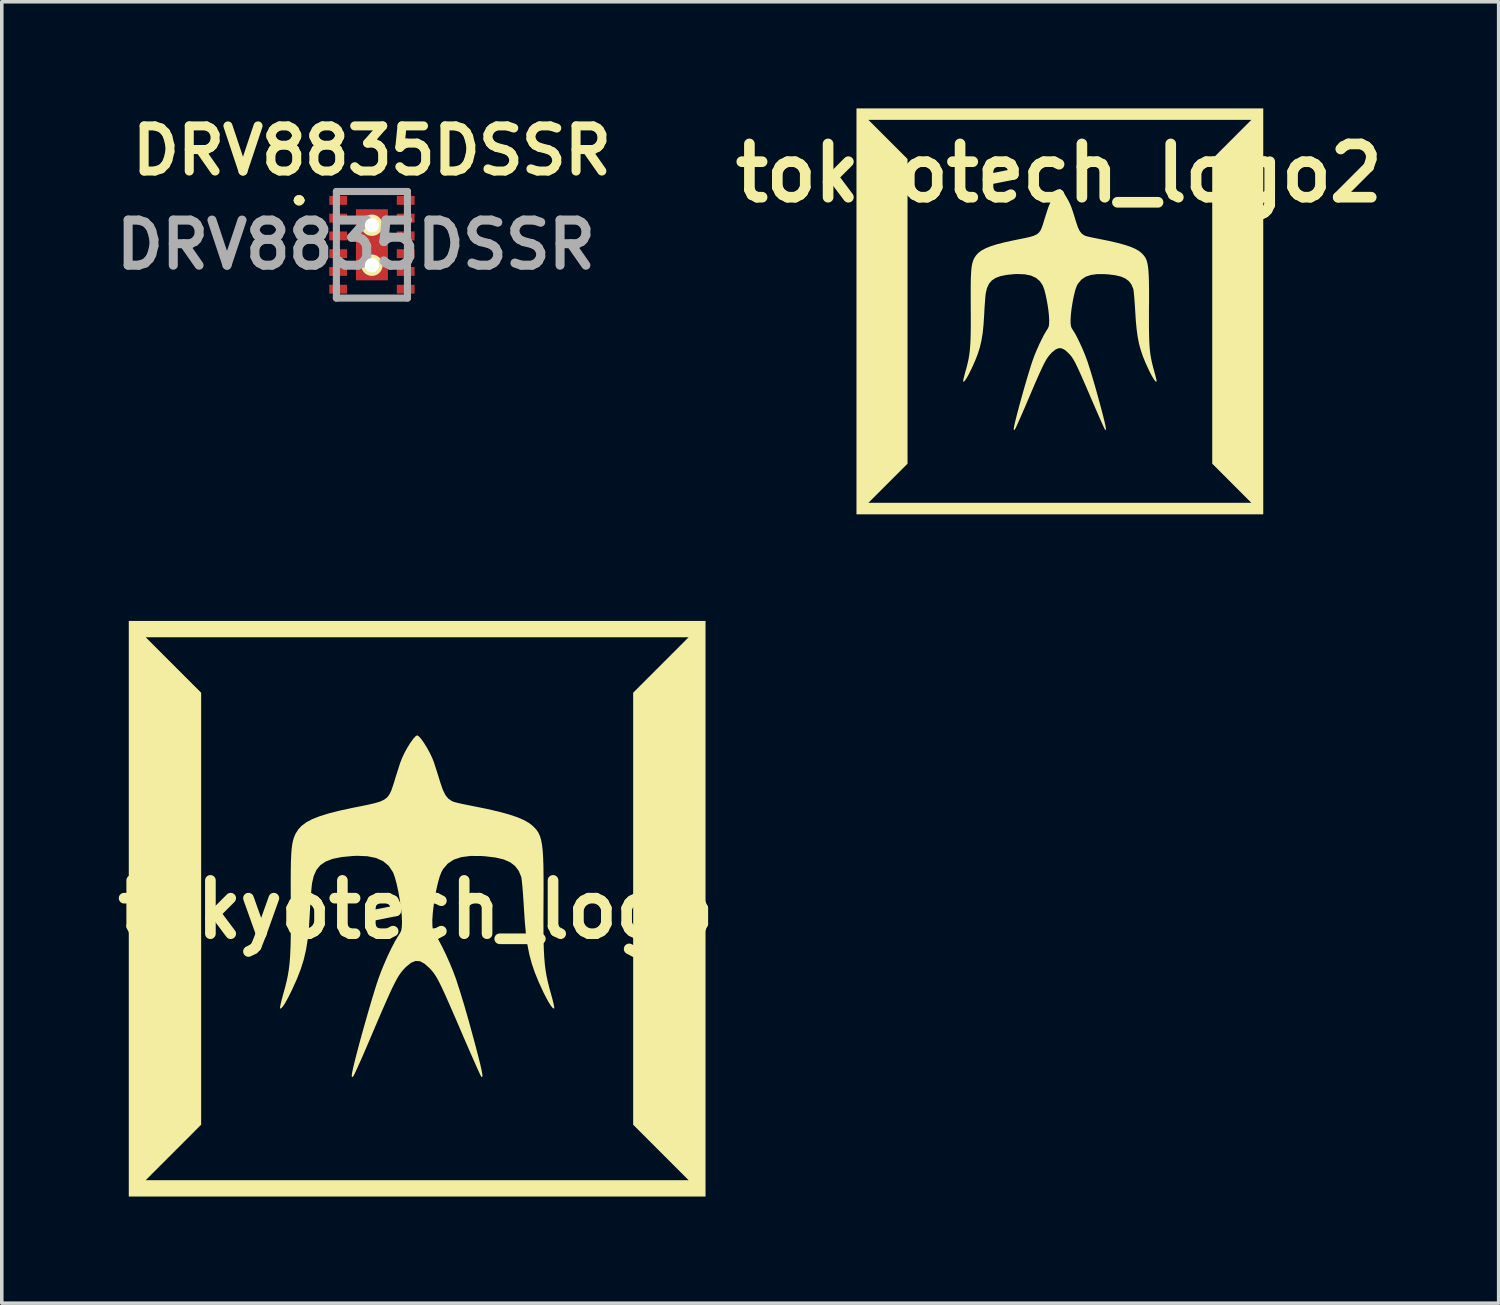
<source format=kicad_pcb>
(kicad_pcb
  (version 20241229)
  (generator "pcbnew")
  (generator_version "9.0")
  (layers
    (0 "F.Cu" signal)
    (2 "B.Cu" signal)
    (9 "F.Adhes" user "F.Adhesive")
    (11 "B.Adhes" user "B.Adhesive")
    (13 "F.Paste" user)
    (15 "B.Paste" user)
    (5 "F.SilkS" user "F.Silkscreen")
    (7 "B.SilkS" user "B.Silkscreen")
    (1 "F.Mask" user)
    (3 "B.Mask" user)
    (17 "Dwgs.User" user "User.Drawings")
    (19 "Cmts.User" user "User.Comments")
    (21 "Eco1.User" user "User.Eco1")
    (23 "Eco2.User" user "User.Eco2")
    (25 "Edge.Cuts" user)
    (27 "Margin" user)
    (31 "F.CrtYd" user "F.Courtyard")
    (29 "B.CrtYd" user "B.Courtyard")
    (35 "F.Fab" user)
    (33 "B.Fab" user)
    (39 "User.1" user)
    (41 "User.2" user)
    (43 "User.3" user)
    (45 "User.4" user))
  (footprint "DRV8835DSSR"
    (layer "F.Cu")
    (at 7.417 3.839)
    (property "Reference" "DRV8835DSSR" (at 0 -2.65 0) (layer "F.SilkS") (effects (font (size 1.27 1.27) (thickness 0.254))))
    (attr smd)
    (fp_line (start -2.1 -1.25) (end -2.1 -1.25) (stroke (width 0.2) (type solid)) (layer "F.SilkS"))
    (fp_line (start -2 -1.25) (end -2 -1.25) (stroke (width 0.2) (type solid)) (layer "F.SilkS"))
    (fp_line (start -2 -1.25) (end -2 -1.25) (stroke (width 0.2) (type solid)) (layer "F.SilkS"))
    (fp_arc (start -2.1 -1.25) (mid -2.05 -1.3) (end -2 -1.25) (stroke (width 0.2) (type solid)) (layer "F.SilkS"))
    (fp_arc (start -2.1 -1.25) (mid -2.05 -1.3) (end -2 -1.25) (stroke (width 0.2) (type solid)) (layer "F.SilkS"))
    (fp_arc (start -2 -1.25) (mid -2.05 -1.2) (end -2.1 -1.25) (stroke (width 0.2) (type solid)) (layer "F.SilkS"))
    (fp_line (start -1 -1.5) (end -1 1.5) (stroke (width 0.2) (type solid)) (layer "F.Fab"))
    (fp_line (start -1 1.5) (end 1 1.5) (stroke (width 0.2) (type solid)) (layer "F.Fab"))
    (fp_line (start 1 -1.5) (end -1 -1.5) (stroke (width 0.2) (type solid)) (layer "F.Fab"))
    (fp_line (start 1 1.5) (end 1 -1.5) (stroke (width 0.2) (type solid)) (layer "F.Fab"))
    (fp_text user "${REFERENCE}" (at -0.45 0 0) (layer "F.Fab") (effects (font (size 1.27 1.27) (thickness 0.254))))
    (pad "1" smd rect (at -0.95 -1.25 90) (size 0.25 0.5) (layers "F.Cu" "F.Mask" "F.Paste"))
    (pad "2" smd rect (at -0.95 -0.75 90) (size 0.25 0.5) (layers "F.Cu" "F.Mask" "F.Paste"))
    (pad "3" smd rect (at -0.95 -0.25 90) (size 0.25 0.5) (layers "F.Cu" "F.Mask" "F.Paste"))
    (pad "4" smd rect (at -0.95 0.25 90) (size 0.25 0.5) (layers "F.Cu" "F.Mask" "F.Paste"))
    (pad "5" smd rect (at -0.95 0.75 90) (size 0.25 0.5) (layers "F.Cu" "F.Mask" "F.Paste"))
    (pad "6" smd rect (at -0.95 1.25 90) (size 0.25 0.5) (layers "F.Cu" "F.Mask" "F.Paste"))
    (pad "7" smd rect (at 0.95 1.25 90) (size 0.25 0.5) (layers "F.Cu" "F.Mask" "F.Paste"))
    (pad "8" smd rect (at 0.95 0.75 90) (size 0.25 0.5) (layers "F.Cu" "F.Mask" "F.Paste"))
    (pad "9" smd rect (at 0.95 0.25 90) (size 0.25 0.5) (layers "F.Cu" "F.Mask" "F.Paste"))
    (pad "10" smd rect (at 0.95 -0.25 90) (size 0.25 0.5) (layers "F.Cu" "F.Mask" "F.Paste"))
    (pad "11" smd rect (at 0.95 -0.75 90) (size 0.25 0.5) (layers "F.Cu" "F.Mask" "F.Paste"))
    (pad "12" smd rect (at 0.95 -1.25 90) (size 0.25 0.5) (layers "F.Cu" "F.Mask" "F.Paste"))
    (pad "13" thru_hole circle (at 0 -0.55) (size 0.6 0.6) (drill 0.4) (layers "*.Cu" "*.Mask" "F.SilkS"))
    (pad "13" smd rect (at 0 0) (size 0.9 2) (layers "F.Cu" "F.Mask" "F.Paste"))
    (pad "13" thru_hole circle (at 0 0.575) (size 0.6 0.6) (drill 0.4) (layers "*.Cu" "*.Mask" "F.SilkS")))
  (footprint "tokyotech_logo"
    (layer "F.Cu")
    (at 8.657 22.574)
    (property "Reference" "tokyotech_logo" (at 0 -0.025 0) (layer "F.SilkS") (effects (font (size 1.5 1.5) (thickness 0.3))))
    (attr board_only exclude_from_pos_files exclude_from_bom)
    (fp_poly (pts (xy 8.149 -0.049) (xy 8.149 8.05) (xy 0.033 8.05) (xy -8.083 8.05) (xy -8.083 7.59) (xy -7.606 7.59) (xy 0.033 7.59) (xy 7.672 7.59) (xy 6.892 6.81) (xy 6.112 6.029) (xy 6.112 -0.049) (xy 6.112 -6.128) (xy 6.892 -6.908) (xy 7.672 -7.689) (xy 0.033 -7.689) (xy -7.606 -7.689) (xy -6.826 -6.908) (xy -6.046 -6.128) (xy -6.046 -0.049) (xy -6.046 6.029) (xy -6.826 6.81) (xy -7.606 7.59) (xy -8.083 7.59) (xy -8.083 -0.049) (xy -8.083 -8.149) (xy 0.033 -8.149) (xy 8.149 -8.149)) (stroke (width 0) (type solid)) (fill yes) (layer "F.SilkS"))
    (fp_poly (pts (xy 0.08 -4.901) (xy 0.147 -4.826) (xy 0.226 -4.715) (xy 0.309 -4.581) (xy 0.388 -4.436) (xy 0.457 -4.293) (xy 0.504 -4.173) (xy 0.551 -4.028) (xy 0.608 -3.85) (xy 0.664 -3.669) (xy 0.686 -3.597) (xy 0.755 -3.398) (xy 0.825 -3.253) (xy 0.905 -3.152) (xy 1.002 -3.084) (xy 1.059 -3.059) (xy 1.124 -3.04) (xy 1.239 -3.013) (xy 1.388 -2.981) (xy 1.555 -2.948) (xy 1.585 -2.942) (xy 1.986 -2.861) (xy 2.327 -2.782) (xy 2.612 -2.705) (xy 2.846 -2.627) (xy 3.034 -2.546) (xy 3.181 -2.462) (xy 3.265 -2.398) (xy 3.337 -2.331) (xy 3.397 -2.262) (xy 3.448 -2.185) (xy 3.489 -2.094) (xy 3.522 -1.984) (xy 3.547 -1.849) (xy 3.566 -1.682) (xy 3.579 -1.479) (xy 3.587 -1.233) (xy 3.59 -0.938) (xy 3.591 -0.589) (xy 3.589 -0.197) (xy 3.587 0.205) (xy 3.588 0.55) (xy 3.591 0.845) (xy 3.598 1.098) (xy 3.61 1.317) (xy 3.626 1.511) (xy 3.648 1.686) (xy 3.676 1.851) (xy 3.712 2.014) (xy 3.754 2.184) (xy 3.8 2.346) (xy 3.841 2.497) (xy 3.872 2.624) (xy 3.89 2.715) (xy 3.892 2.756) (xy 3.892 2.757) (xy 3.856 2.751) (xy 3.8 2.687) (xy 3.726 2.569) (xy 3.636 2.401) (xy 3.578 2.284) (xy 3.449 2.002) (xy 3.343 1.742) (xy 3.258 1.492) (xy 3.19 1.238) (xy 3.137 0.969) (xy 3.096 0.671) (xy 3.064 0.332) (xy 3.039 -0.049) (xy 3.025 -0.277) (xy 3.01 -0.488) (xy 2.995 -0.671) (xy 2.981 -0.817) (xy 2.968 -0.915) (xy 2.962 -0.946) (xy 2.891 -1.115) (xy 2.789 -1.251) (xy 2.651 -1.357) (xy 2.47 -1.436) (xy 2.239 -1.491) (xy 1.953 -1.525) (xy 1.84 -1.533) (xy 1.531 -1.535) (xy 1.273 -1.501) (xy 1.062 -1.43) (xy 0.894 -1.319) (xy 0.764 -1.167) (xy 0.716 -1.081) (xy 0.669 -0.961) (xy 0.62 -0.79) (xy 0.573 -0.585) (xy 0.531 -0.361) (xy 0.496 -0.134) (xy 0.472 0.08) (xy 0.46 0.267) (xy 0.46 0.305) (xy 0.463 0.442) (xy 0.474 0.536) (xy 0.5 0.61) (xy 0.546 0.688) (xy 0.561 0.711) (xy 0.643 0.844) (xy 0.739 1.025) (xy 0.841 1.236) (xy 0.943 1.462) (xy 1.037 1.689) (xy 1.116 1.899) (xy 1.13 1.939) (xy 1.239 2.276) (xy 1.358 2.666) (xy 1.486 3.112) (xy 1.625 3.619) (xy 1.69 3.862) (xy 1.76 4.133) (xy 1.813 4.345) (xy 1.848 4.503) (xy 1.867 4.61) (xy 1.871 4.671) (xy 1.859 4.69) (xy 1.838 4.677) (xy 1.817 4.64) (xy 1.774 4.549) (xy 1.711 4.411) (xy 1.632 4.233) (xy 1.539 4.023) (xy 1.436 3.786) (xy 1.325 3.53) (xy 1.311 3.496) (xy 1.156 3.135) (xy 1.023 2.829) (xy 0.911 2.574) (xy 0.817 2.362) (xy 0.737 2.189) (xy 0.669 2.049) (xy 0.611 1.938) (xy 0.559 1.848) (xy 0.511 1.776) (xy 0.464 1.715) (xy 0.416 1.66) (xy 0.384 1.626) (xy 0.239 1.496) (xy 0.111 1.428) (xy -0.012 1.42) (xy -0.138 1.472) (xy -0.278 1.585) (xy -0.319 1.627) (xy -0.372 1.684) (xy -0.423 1.748) (xy -0.475 1.822) (xy -0.53 1.913) (xy -0.591 2.027) (xy -0.661 2.167) (xy -0.742 2.34) (xy -0.836 2.551) (xy -0.948 2.806) (xy -1.079 3.109) (xy -1.231 3.467) (xy -1.266 3.549) (xy -1.373 3.799) (xy -1.473 4.031) (xy -1.564 4.238) (xy -1.642 4.412) (xy -1.703 4.546) (xy -1.745 4.633) (xy -1.764 4.665) (xy -1.796 4.691) (xy -1.807 4.663) (xy -1.807 4.633) (xy -1.798 4.566) (xy -1.772 4.444) (xy -1.732 4.276) (xy -1.68 4.07) (xy -1.618 3.834) (xy -1.549 3.578) (xy -1.474 3.308) (xy -1.396 3.034) (xy -1.318 2.764) (xy -1.242 2.506) (xy -1.17 2.268) (xy -1.104 2.059) (xy -1.064 1.939) (xy -0.989 1.734) (xy -0.897 1.509) (xy -0.797 1.281) (xy -0.694 1.066) (xy -0.596 0.878) (xy -0.511 0.733) (xy -0.496 0.711) (xy -0.443 0.628) (xy -0.413 0.555) (xy -0.399 0.468) (xy -0.394 0.345) (xy -0.394 0.305) (xy -0.402 0.127) (xy -0.424 -0.082) (xy -0.457 -0.307) (xy -0.497 -0.533) (xy -0.543 -0.744) (xy -0.591 -0.924) (xy -0.639 -1.058) (xy -0.65 -1.081) (xy -0.767 -1.256) (xy -0.924 -1.387) (xy -1.123 -1.477) (xy -1.369 -1.527) (xy -1.664 -1.539) (xy -1.784 -1.533) (xy -2.092 -1.504) (xy -2.341 -1.454) (xy -2.538 -1.379) (xy -2.69 -1.277) (xy -2.801 -1.142) (xy -2.878 -0.971) (xy -2.925 -0.767) (xy -2.936 -0.674) (xy -2.949 -0.53) (xy -2.962 -0.347) (xy -2.976 -0.14) (xy -2.988 0.078) (xy -2.989 0.099) (xy -3.013 0.481) (xy -3.047 0.813) (xy -3.095 1.109) (xy -3.159 1.384) (xy -3.244 1.654) (xy -3.353 1.932) (xy -3.49 2.235) (xy -3.498 2.251) (xy -3.601 2.459) (xy -3.688 2.615) (xy -3.757 2.716) (xy -3.806 2.76) (xy -3.826 2.757) (xy -3.825 2.719) (xy -3.808 2.632) (xy -3.778 2.507) (xy -3.737 2.357) (xy -3.734 2.346) (xy -3.684 2.165) (xy -3.642 1.997) (xy -3.607 1.834) (xy -3.58 1.668) (xy -3.558 1.491) (xy -3.543 1.295) (xy -3.532 1.072) (xy -3.525 0.815) (xy -3.522 0.515) (xy -3.522 0.164) (xy -3.523 -0.197) (xy -3.525 -0.582) (xy -3.525 -0.908) (xy -3.523 -1.181) (xy -3.518 -1.406) (xy -3.51 -1.591) (xy -3.498 -1.742) (xy -3.482 -1.864) (xy -3.461 -1.965) (xy -3.436 -2.05) (xy -3.405 -2.126) (xy -3.385 -2.167) (xy -3.311 -2.285) (xy -3.212 -2.389) (xy -3.083 -2.484) (xy -2.918 -2.571) (xy -2.712 -2.652) (xy -2.46 -2.731) (xy -2.155 -2.808) (xy -1.792 -2.887) (xy -1.61 -2.923) (xy -1.355 -2.975) (xy -1.156 -3.021) (xy -1.004 -3.067) (xy -0.891 -3.121) (xy -0.807 -3.187) (xy -0.743 -3.272) (xy -0.692 -3.382) (xy -0.644 -3.522) (xy -0.62 -3.597) (xy -0.567 -3.77) (xy -0.509 -3.953) (xy -0.457 -4.116) (xy -0.438 -4.173) (xy -0.386 -4.304) (xy -0.317 -4.448) (xy -0.237 -4.592) (xy -0.154 -4.724) (xy -0.076 -4.833) (xy -0.01 -4.905) (xy 0.033 -4.929)) (stroke (width 0) (type solid)) (fill yes) (layer "F.SilkS")))
  (footprint "tokyotech_logo2"
    (layer "F.Cu")
    (at 26.755 5.747)
    (property "Reference" "tokyotech_logo2" (at 0 -3.925 0) (layer "F.SilkS") (effects (font (size 1.5 1.5) (thickness 0.3))))
    (attr board_only exclude_from_pos_files exclude_from_bom)
    (fp_poly (pts (xy 5.747 -0.035) (xy 5.747 5.678) (xy 0.023 5.678) (xy -5.701 5.678) (xy -5.701 5.353) (xy -5.365 5.353) (xy 0.023 5.353) (xy 5.411 5.353) (xy 4.861 4.803) (xy 4.311 4.252) (xy 4.311 -0.035) (xy 4.311 -4.322) (xy 4.861 -4.872) (xy 5.411 -5.423) (xy 0.023 -5.423) (xy -5.365 -5.423) (xy -4.814 -4.872) (xy -4.264 -4.322) (xy -4.264 -0.035) (xy -4.264 4.252) (xy -4.814 4.803) (xy -5.365 5.353) (xy -5.701 5.353) (xy -5.701 -0.035) (xy -5.701 -5.747) (xy 0.023 -5.747) (xy 5.747 -5.747)) (stroke (width 0) (type solid)) (fill yes) (layer "F.SilkS"))
    (fp_poly (pts (xy 0.057 -3.457) (xy 0.104 -3.403) (xy 0.159 -3.325) (xy 0.218 -3.231) (xy 0.274 -3.129) (xy 0.322 -3.028) (xy 0.355 -2.943) (xy 0.389 -2.841) (xy 0.429 -2.715) (xy 0.468 -2.588) (xy 0.484 -2.537) (xy 0.532 -2.396) (xy 0.582 -2.294) (xy 0.638 -2.223) (xy 0.707 -2.175) (xy 0.747 -2.158) (xy 0.793 -2.144) (xy 0.874 -2.125) (xy 0.979 -2.103) (xy 1.097 -2.079) (xy 1.118 -2.075) (xy 1.401 -2.018) (xy 1.641 -1.962) (xy 1.842 -1.908) (xy 2.007 -1.853) (xy 2.14 -1.796) (xy 2.244 -1.737) (xy 2.303 -1.691) (xy 2.353 -1.644) (xy 2.396 -1.595) (xy 2.432 -1.541) (xy 2.461 -1.477) (xy 2.484 -1.4) (xy 2.502 -1.304) (xy 2.515 -1.187) (xy 2.524 -1.043) (xy 2.53 -0.87) (xy 2.532 -0.662) (xy 2.533 -0.416) (xy 2.531 -0.139) (xy 2.53 0.145) (xy 2.53 0.388) (xy 2.533 0.596) (xy 2.538 0.774) (xy 2.546 0.929) (xy 2.557 1.065) (xy 2.573 1.189) (xy 2.593 1.306) (xy 2.618 1.421) (xy 2.648 1.54) (xy 2.68 1.655) (xy 2.709 1.761) (xy 2.731 1.851) (xy 2.744 1.915) (xy 2.745 1.944) (xy 2.745 1.944) (xy 2.72 1.94) (xy 2.68 1.895) (xy 2.628 1.812) (xy 2.564 1.693) (xy 2.524 1.611) (xy 2.433 1.412) (xy 2.358 1.229) (xy 2.298 1.052) (xy 2.25 0.873) (xy 2.213 0.683) (xy 2.184 0.473) (xy 2.161 0.234) (xy 2.144 -0.035) (xy 2.134 -0.195) (xy 2.123 -0.344) (xy 2.113 -0.473) (xy 2.102 -0.576) (xy 2.093 -0.645) (xy 2.089 -0.667) (xy 2.039 -0.787) (xy 1.967 -0.883) (xy 1.87 -0.957) (xy 1.742 -1.013) (xy 1.579 -1.051) (xy 1.378 -1.076) (xy 1.298 -1.081) (xy 1.08 -1.083) (xy 0.898 -1.059) (xy 0.749 -1.009) (xy 0.631 -0.93) (xy 0.539 -0.823) (xy 0.505 -0.763) (xy 0.471 -0.678) (xy 0.437 -0.557) (xy 0.404 -0.413) (xy 0.375 -0.255) (xy 0.35 -0.095) (xy 0.333 0.057) (xy 0.325 0.188) (xy 0.324 0.215) (xy 0.326 0.311) (xy 0.334 0.378) (xy 0.352 0.43) (xy 0.385 0.485) (xy 0.396 0.501) (xy 0.454 0.595) (xy 0.521 0.723) (xy 0.593 0.872) (xy 0.665 1.031) (xy 0.731 1.191) (xy 0.787 1.339) (xy 0.797 1.367) (xy 0.874 1.605) (xy 0.957 1.88) (xy 1.048 2.195) (xy 1.146 2.552) (xy 1.192 2.724) (xy 1.242 2.915) (xy 1.279 3.065) (xy 1.304 3.176) (xy 1.317 3.251) (xy 1.319 3.294) (xy 1.311 3.308) (xy 1.296 3.299) (xy 1.282 3.272) (xy 1.251 3.208) (xy 1.207 3.111) (xy 1.151 2.986) (xy 1.086 2.837) (xy 1.013 2.67) (xy 0.935 2.489) (xy 0.924 2.465) (xy 0.815 2.211) (xy 0.722 1.996) (xy 0.643 1.815) (xy 0.576 1.666) (xy 0.52 1.544) (xy 0.472 1.445) (xy 0.431 1.367) (xy 0.394 1.304) (xy 0.36 1.252) (xy 0.327 1.209) (xy 0.293 1.171) (xy 0.271 1.147) (xy 0.169 1.055) (xy 0.078 1.007) (xy -0.008 1.001) (xy -0.097 1.038) (xy -0.196 1.118) (xy -0.225 1.147) (xy -0.262 1.188) (xy -0.298 1.233) (xy -0.335 1.285) (xy -0.374 1.35) (xy -0.417 1.429) (xy -0.466 1.528) (xy -0.523 1.65) (xy -0.59 1.799) (xy -0.669 1.979) (xy -0.761 2.193) (xy -0.868 2.445) (xy -0.893 2.503) (xy -0.968 2.679) (xy -1.039 2.843) (xy -1.103 2.989) (xy -1.158 3.111) (xy -1.201 3.206) (xy -1.231 3.268) (xy -1.244 3.29) (xy -1.267 3.309) (xy -1.274 3.289) (xy -1.275 3.268) (xy -1.268 3.22) (xy -1.25 3.134) (xy -1.222 3.016) (xy -1.185 2.87) (xy -1.141 2.704) (xy -1.092 2.523) (xy -1.04 2.333) (xy -0.985 2.14) (xy -0.93 1.949) (xy -0.876 1.767) (xy -0.825 1.6) (xy -0.779 1.452) (xy -0.75 1.367) (xy -0.698 1.223) (xy -0.633 1.064) (xy -0.562 0.904) (xy -0.489 0.752) (xy -0.42 0.619) (xy -0.36 0.517) (xy -0.35 0.501) (xy -0.313 0.443) (xy -0.291 0.392) (xy -0.281 0.33) (xy -0.278 0.243) (xy -0.278 0.215) (xy -0.284 0.09) (xy -0.299 -0.058) (xy -0.322 -0.217) (xy -0.351 -0.376) (xy -0.383 -0.525) (xy -0.417 -0.652) (xy -0.451 -0.746) (xy -0.458 -0.763) (xy -0.541 -0.886) (xy -0.652 -0.978) (xy -0.792 -1.042) (xy -0.965 -1.077) (xy -1.174 -1.085) (xy -1.259 -1.082) (xy -1.475 -1.061) (xy -1.651 -1.025) (xy -1.79 -0.973) (xy -1.897 -0.9) (xy -1.975 -0.805) (xy -2.03 -0.685) (xy -2.063 -0.541) (xy -2.071 -0.476) (xy -2.08 -0.374) (xy -2.089 -0.245) (xy -2.099 -0.099) (xy -2.107 0.055) (xy -2.108 0.07) (xy -2.125 0.339) (xy -2.149 0.573) (xy -2.183 0.782) (xy -2.228 0.976) (xy -2.288 1.166) (xy -2.365 1.363) (xy -2.461 1.576) (xy -2.467 1.587) (xy -2.54 1.734) (xy -2.601 1.844) (xy -2.65 1.916) (xy -2.684 1.947) (xy -2.698 1.944) (xy -2.698 1.918) (xy -2.686 1.856) (xy -2.664 1.768) (xy -2.636 1.663) (xy -2.633 1.655) (xy -2.598 1.527) (xy -2.569 1.409) (xy -2.544 1.294) (xy -2.525 1.177) (xy -2.51 1.052) (xy -2.499 0.914) (xy -2.491 0.756) (xy -2.486 0.575) (xy -2.484 0.363) (xy -2.484 0.115) (xy -2.485 -0.139) (xy -2.486 -0.411) (xy -2.486 -0.64) (xy -2.485 -0.833) (xy -2.481 -0.992) (xy -2.475 -1.122) (xy -2.467 -1.229) (xy -2.456 -1.315) (xy -2.441 -1.386) (xy -2.423 -1.446) (xy -2.402 -1.499) (xy -2.388 -1.529) (xy -2.335 -1.611) (xy -2.266 -1.685) (xy -2.175 -1.752) (xy -2.058 -1.813) (xy -1.913 -1.871) (xy -1.735 -1.926) (xy -1.52 -1.981) (xy -1.264 -2.036) (xy -1.136 -2.062) (xy -0.956 -2.098) (xy -0.815 -2.13) (xy -0.708 -2.163) (xy -0.628 -2.201) (xy -0.569 -2.248) (xy -0.524 -2.308) (xy -0.488 -2.385) (xy -0.454 -2.484) (xy -0.438 -2.537) (xy -0.4 -2.659) (xy -0.359 -2.788) (xy -0.322 -2.903) (xy -0.309 -2.943) (xy -0.273 -3.036) (xy -0.223 -3.137) (xy -0.167 -3.238) (xy -0.108 -3.332) (xy -0.053 -3.408) (xy -0.007 -3.459) (xy 0.023 -3.476)) (stroke (width 0) (type solid)) (fill yes) (layer "F.SilkS")))
  (gr_rect
    (start -3 -3)
    (end 39.127 33.625)
    (stroke (width 0.1) (type default))
    (fill no)
    (layer "Edge.Cuts")))
</source>
